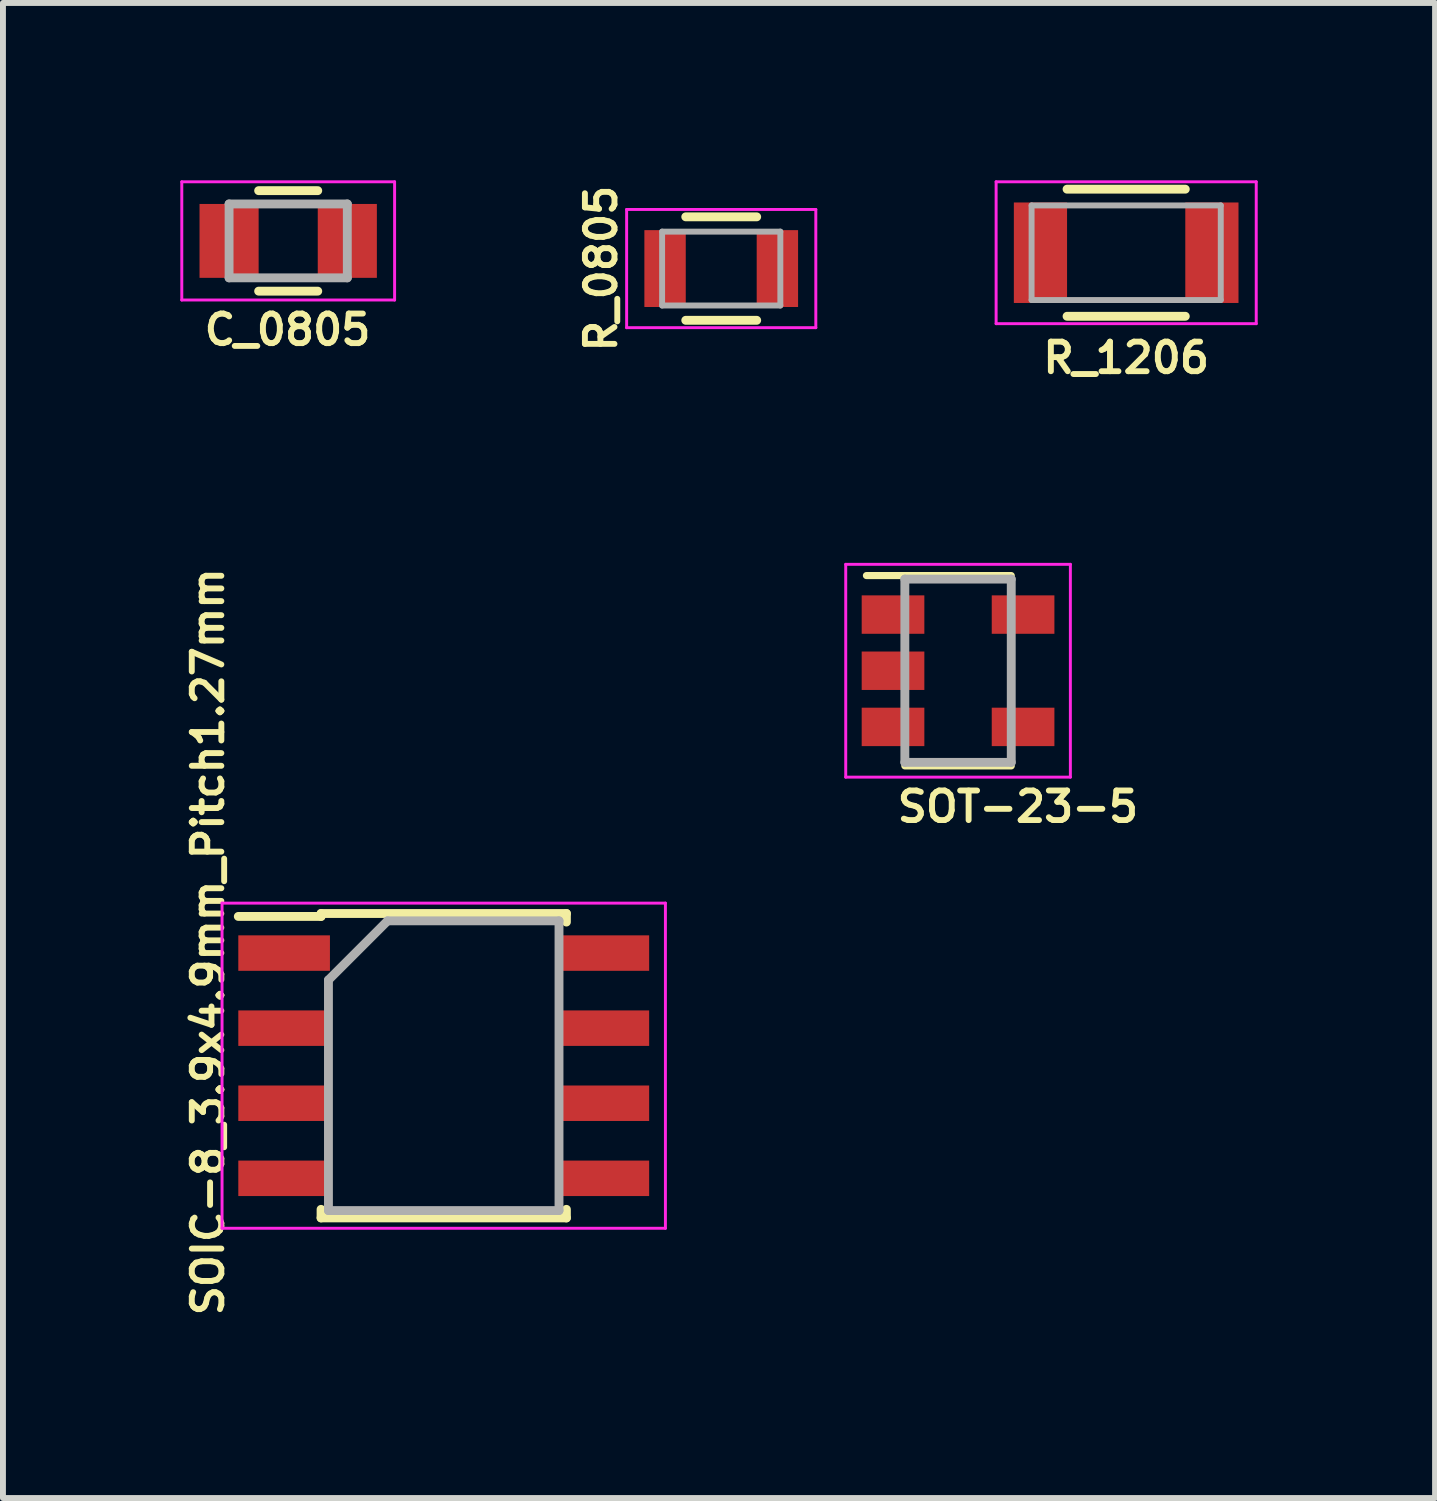
<source format=kicad_pcb>
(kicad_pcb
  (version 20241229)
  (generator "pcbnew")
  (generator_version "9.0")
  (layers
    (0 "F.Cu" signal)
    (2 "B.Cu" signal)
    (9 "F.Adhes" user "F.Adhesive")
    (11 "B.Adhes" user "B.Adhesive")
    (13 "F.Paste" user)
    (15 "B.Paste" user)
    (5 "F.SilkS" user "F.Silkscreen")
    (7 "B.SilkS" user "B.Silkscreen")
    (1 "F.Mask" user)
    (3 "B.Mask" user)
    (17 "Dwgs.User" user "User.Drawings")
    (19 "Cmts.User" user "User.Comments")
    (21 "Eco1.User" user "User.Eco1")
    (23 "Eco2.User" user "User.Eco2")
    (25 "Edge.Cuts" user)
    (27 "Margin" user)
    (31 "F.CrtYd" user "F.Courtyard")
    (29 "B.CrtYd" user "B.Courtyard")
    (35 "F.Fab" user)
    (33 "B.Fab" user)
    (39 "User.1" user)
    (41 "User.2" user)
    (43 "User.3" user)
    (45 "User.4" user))
  (footprint "SOIC-8_3.9x4.9mm_Pitch1.27mm"
    (layer "F.Cu")
    (at 4.456 14.977)
    (property "Reference" "SOIC-8_3.9x4.9mm_Pitch1.27mm" (at -3.988 -2.097 90) (layer "F.SilkS") (effects (font (size 0.5 0.5) (thickness 0.1))))
    (attr smd)
    (fp_line (start -2.075 -2.575) (end -2.075 -2.525) (stroke (width 0.15) (type solid)) (layer "F.SilkS"))
    (fp_line (start -2.075 -2.575) (end 2.075 -2.575) (stroke (width 0.15) (type solid)) (layer "F.SilkS"))
    (fp_line (start -2.075 -2.525) (end -3.475 -2.525) (stroke (width 0.15) (type solid)) (layer "F.SilkS"))
    (fp_line (start -2.075 2.575) (end -2.075 2.43) (stroke (width 0.15) (type solid)) (layer "F.SilkS"))
    (fp_line (start -2.075 2.575) (end 2.075 2.575) (stroke (width 0.15) (type solid)) (layer "F.SilkS"))
    (fp_line (start 2.075 -2.575) (end 2.075 -2.43) (stroke (width 0.15) (type solid)) (layer "F.SilkS"))
    (fp_line (start 2.075 2.575) (end 2.075 2.43) (stroke (width 0.15) (type solid)) (layer "F.SilkS"))
    (fp_line (start -3.75 -2.75) (end -3.75 2.75) (stroke (width 0.05) (type solid)) (layer "F.CrtYd"))
    (fp_line (start -3.75 -2.75) (end 3.75 -2.75) (stroke (width 0.05) (type solid)) (layer "F.CrtYd"))
    (fp_line (start -3.75 2.75) (end 3.75 2.75) (stroke (width 0.05) (type solid)) (layer "F.CrtYd"))
    (fp_line (start 3.75 -2.75) (end 3.75 2.75) (stroke (width 0.05) (type solid)) (layer "F.CrtYd"))
    (fp_line (start -1.95 -1.45) (end -0.95 -2.45) (stroke (width 0.15) (type solid)) (layer "F.Fab"))
    (fp_line (start -1.95 2.45) (end -1.95 -1.45) (stroke (width 0.15) (type solid)) (layer "F.Fab"))
    (fp_line (start -0.95 -2.45) (end 1.95 -2.45) (stroke (width 0.15) (type solid)) (layer "F.Fab"))
    (fp_line (start 1.95 -2.45) (end 1.95 2.45) (stroke (width 0.15) (type solid)) (layer "F.Fab"))
    (fp_line (start 1.95 2.45) (end -1.95 2.45) (stroke (width 0.15) (type solid)) (layer "F.Fab"))
    (pad "1" smd rect (at -2.7 -1.905) (size 1.55 0.6) (layers "F.Cu" "F.Mask" "F.Paste"))
    (pad "2" smd rect (at -2.7 -0.635) (size 1.55 0.6) (layers "F.Cu" "F.Mask" "F.Paste"))
    (pad "3" smd rect (at -2.7 0.635) (size 1.55 0.6) (layers "F.Cu" "F.Mask" "F.Paste"))
    (pad "4" smd rect (at -2.7 1.905) (size 1.55 0.6) (layers "F.Cu" "F.Mask" "F.Paste"))
    (pad "5" smd rect (at 2.7 1.905) (size 1.55 0.6) (layers "F.Cu" "F.Mask" "F.Paste"))
    (pad "6" smd rect (at 2.7 0.635) (size 1.55 0.6) (layers "F.Cu" "F.Mask" "F.Paste"))
    (pad "7" smd rect (at 2.7 -0.635) (size 1.55 0.6) (layers "F.Cu" "F.Mask" "F.Paste"))
    (pad "8" smd rect (at 2.7 -1.905) (size 1.55 0.6) (layers "F.Cu" "F.Mask" "F.Paste")))
  (footprint "R_0805"
    (layer "F.Cu")
    (at 9.15 1.493)
    (property "Reference" "R_0805" (at -2.032 0 270) (layer "F.SilkS") (effects (font (size 0.5 0.5) (thickness 0.1))))
    (attr smd)
    (fp_line (start -0.6 -0.875) (end 0.6 -0.875) (stroke (width 0.15) (type solid)) (layer "F.SilkS"))
    (fp_line (start 0.6 0.875) (end -0.6 0.875) (stroke (width 0.15) (type solid)) (layer "F.SilkS"))
    (fp_line (start -1.6 -1) (end -1.6 1) (stroke (width 0.05) (type solid)) (layer "F.CrtYd"))
    (fp_line (start -1.6 -1) (end 1.6 -1) (stroke (width 0.05) (type solid)) (layer "F.CrtYd"))
    (fp_line (start -1.6 1) (end 1.6 1) (stroke (width 0.05) (type solid)) (layer "F.CrtYd"))
    (fp_line (start 1.6 -1) (end 1.6 1) (stroke (width 0.05) (type solid)) (layer "F.CrtYd"))
    (fp_line (start -1 -0.625) (end 1 -0.625) (stroke (width 0.1) (type solid)) (layer "F.Fab"))
    (fp_line (start -1 0.625) (end -1 -0.625) (stroke (width 0.1) (type solid)) (layer "F.Fab"))
    (fp_line (start 1 -0.625) (end 1 0.625) (stroke (width 0.1) (type solid)) (layer "F.Fab"))
    (fp_line (start 1 0.625) (end -1 0.625) (stroke (width 0.1) (type solid)) (layer "F.Fab"))
    (pad "1" smd rect (at -0.95 0) (size 0.7 1.3) (layers "F.Cu" "F.Mask" "F.Paste"))
    (pad "2" smd rect (at 0.95 0) (size 0.7 1.3) (layers "F.Cu" "F.Mask" "F.Paste")))
  (footprint "C_0805"
    (layer "F.Cu")
    (at 1.825 1.025)
    (property "Reference" "C_0805" (at -0.011 1.503 0) (layer "F.SilkS") (effects (font (size 0.5 0.5) (thickness 0.1))))
    (attr smd)
    (fp_line (start -0.5 0.85) (end 0.5 0.85) (stroke (width 0.15) (type solid)) (layer "F.SilkS"))
    (fp_line (start 0.5 -0.85) (end -0.5 -0.85) (stroke (width 0.15) (type solid)) (layer "F.SilkS"))
    (fp_line (start -1.8 -1) (end -1.8 1) (stroke (width 0.05) (type solid)) (layer "F.CrtYd"))
    (fp_line (start -1.8 -1) (end 1.8 -1) (stroke (width 0.05) (type solid)) (layer "F.CrtYd"))
    (fp_line (start -1.8 1) (end 1.8 1) (stroke (width 0.05) (type solid)) (layer "F.CrtYd"))
    (fp_line (start 1.8 -1) (end 1.8 1) (stroke (width 0.05) (type solid)) (layer "F.CrtYd"))
    (fp_line (start -1 -0.625) (end 1 -0.625) (stroke (width 0.15) (type solid)) (layer "F.Fab"))
    (fp_line (start -1 0.625) (end -1 -0.625) (stroke (width 0.15) (type solid)) (layer "F.Fab"))
    (fp_line (start 1 -0.625) (end 1 0.625) (stroke (width 0.15) (type solid)) (layer "F.Fab"))
    (fp_line (start 1 0.625) (end -1 0.625) (stroke (width 0.15) (type solid)) (layer "F.Fab"))
    (pad "1" smd rect (at -1 0) (size 1 1.25) (layers "F.Cu" "F.Mask" "F.Paste"))
    (pad "2" smd rect (at 1 0) (size 1 1.25) (layers "F.Cu" "F.Mask" "F.Paste")))
  (footprint "SOT-23-5"
    (layer "F.Cu")
    (at 13.156 8.296)
    (property "Reference" "SOT-23-5" (at 1.012 2.3 0) (layer "F.SilkS") (effects (font (size 0.5 0.5) (thickness 0.1))))
    (attr smd)
    (fp_line (start -0.9 1.61) (end 0.9 1.61) (stroke (width 0.12) (type solid)) (layer "F.SilkS"))
    (fp_line (start 0.9 -1.61) (end -1.55 -1.61) (stroke (width 0.12) (type solid)) (layer "F.SilkS"))
    (fp_line (start -1.9 -1.8) (end 1.9 -1.8) (stroke (width 0.05) (type solid)) (layer "F.CrtYd"))
    (fp_line (start -1.9 1.8) (end -1.9 -1.8) (stroke (width 0.05) (type solid)) (layer "F.CrtYd"))
    (fp_line (start 1.9 -1.8) (end 1.9 1.8) (stroke (width 0.05) (type solid)) (layer "F.CrtYd"))
    (fp_line (start 1.9 1.8) (end -1.9 1.8) (stroke (width 0.05) (type solid)) (layer "F.CrtYd"))
    (fp_line (start -0.9 -1.55) (end -0.9 1.55) (stroke (width 0.15) (type solid)) (layer "F.Fab"))
    (fp_line (start 0.9 -1.55) (end -0.9 -1.55) (stroke (width 0.15) (type solid)) (layer "F.Fab"))
    (fp_line (start 0.9 -1.55) (end 0.9 1.55) (stroke (width 0.15) (type solid)) (layer "F.Fab"))
    (fp_line (start 0.9 1.55) (end -0.9 1.55) (stroke (width 0.15) (type solid)) (layer "F.Fab"))
    (pad "1" smd rect (at -1.1 -0.95) (size 1.06 0.65) (layers "F.Cu" "F.Mask" "F.Paste"))
    (pad "2" smd rect (at -1.1 0) (size 1.06 0.65) (layers "F.Cu" "F.Mask" "F.Paste"))
    (pad "3" smd rect (at -1.1 0.95) (size 1.06 0.65) (layers "F.Cu" "F.Mask" "F.Paste"))
    (pad "4" smd rect (at 1.1 0.95) (size 1.06 0.65) (layers "F.Cu" "F.Mask" "F.Paste"))
    (pad "5" smd rect (at 1.1 -0.95) (size 1.06 0.65) (layers "F.Cu" "F.Mask" "F.Paste")))
  (footprint "R_1206"
    (layer "F.Cu")
    (at 16 1.225)
    (property "Reference" "R_1206" (at 0 1.778 0) (layer "F.SilkS") (effects (font (size 0.5 0.5) (thickness 0.1))))
    (attr smd)
    (fp_line (start -1 -1.075) (end 1 -1.075) (stroke (width 0.15) (type solid)) (layer "F.SilkS"))
    (fp_line (start 1 1.075) (end -1 1.075) (stroke (width 0.15) (type solid)) (layer "F.SilkS"))
    (fp_line (start -2.2 -1.2) (end -2.2 1.2) (stroke (width 0.05) (type solid)) (layer "F.CrtYd"))
    (fp_line (start -2.2 -1.2) (end 2.2 -1.2) (stroke (width 0.05) (type solid)) (layer "F.CrtYd"))
    (fp_line (start -2.2 1.2) (end 2.2 1.2) (stroke (width 0.05) (type solid)) (layer "F.CrtYd"))
    (fp_line (start 2.2 -1.2) (end 2.2 1.2) (stroke (width 0.05) (type solid)) (layer "F.CrtYd"))
    (fp_line (start -1.6 -0.8) (end 1.6 -0.8) (stroke (width 0.1) (type solid)) (layer "F.Fab"))
    (fp_line (start -1.6 0.8) (end -1.6 -0.8) (stroke (width 0.1) (type solid)) (layer "F.Fab"))
    (fp_line (start 1.6 -0.8) (end 1.6 0.8) (stroke (width 0.1) (type solid)) (layer "F.Fab"))
    (fp_line (start 1.6 0.8) (end -1.6 0.8) (stroke (width 0.1) (type solid)) (layer "F.Fab"))
    (pad "1" smd rect (at -1.45 0) (size 0.9 1.7) (layers "F.Cu" "F.Mask" "F.Paste"))
    (pad "2" smd rect (at 1.45 0) (size 0.9 1.7) (layers "F.Cu" "F.Mask" "F.Paste")))
  (gr_rect
    (start -3 -3)
    (end 21.225 22.29)
    (stroke (width 0.1) (type default))
    (fill no)
    (layer "Edge.Cuts")))
</source>
